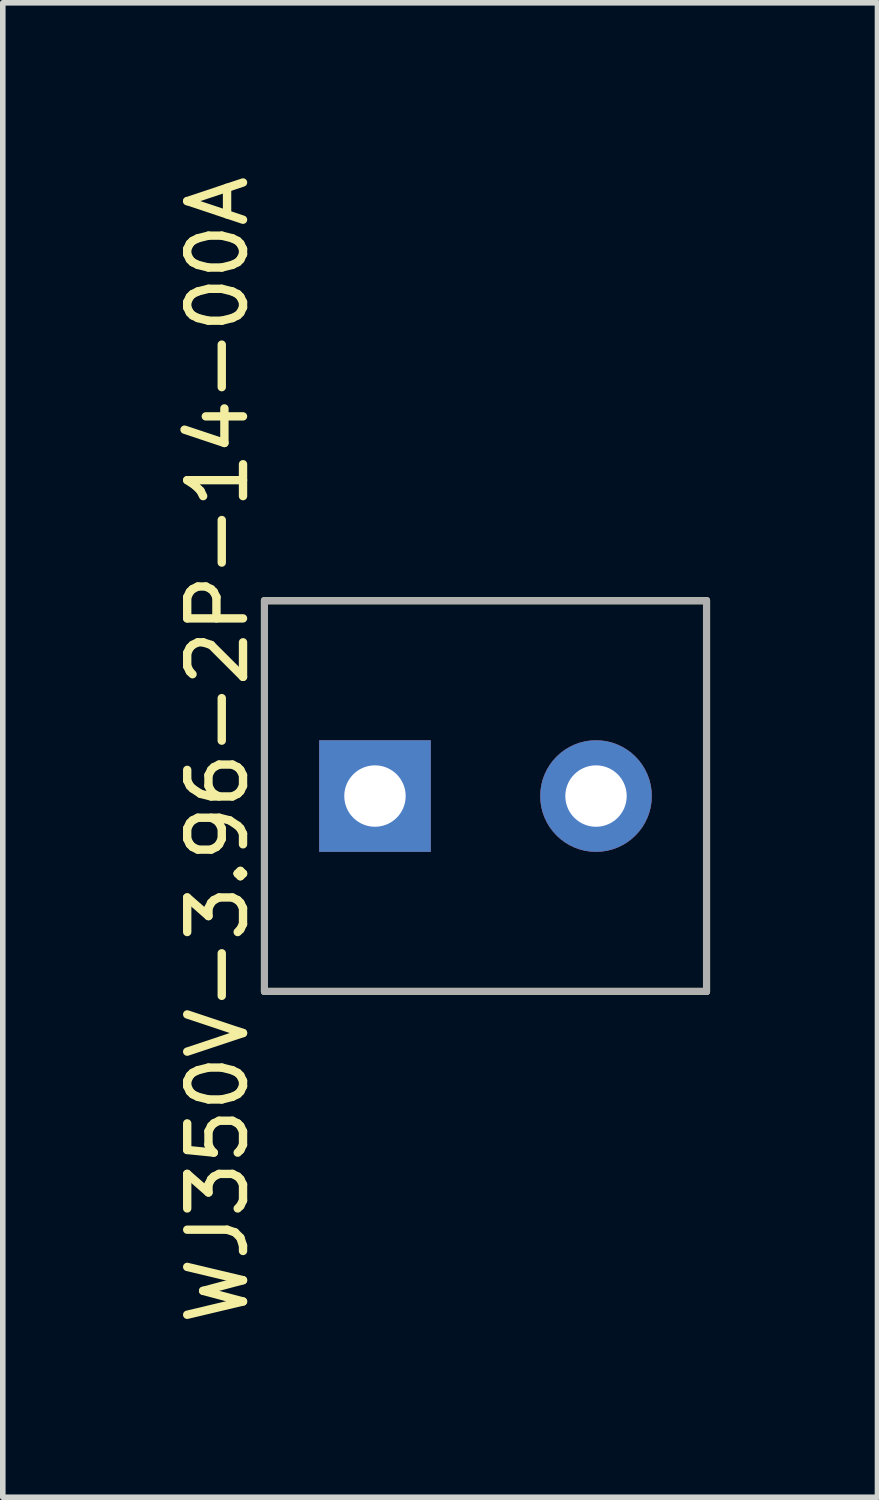
<source format=kicad_pcb>
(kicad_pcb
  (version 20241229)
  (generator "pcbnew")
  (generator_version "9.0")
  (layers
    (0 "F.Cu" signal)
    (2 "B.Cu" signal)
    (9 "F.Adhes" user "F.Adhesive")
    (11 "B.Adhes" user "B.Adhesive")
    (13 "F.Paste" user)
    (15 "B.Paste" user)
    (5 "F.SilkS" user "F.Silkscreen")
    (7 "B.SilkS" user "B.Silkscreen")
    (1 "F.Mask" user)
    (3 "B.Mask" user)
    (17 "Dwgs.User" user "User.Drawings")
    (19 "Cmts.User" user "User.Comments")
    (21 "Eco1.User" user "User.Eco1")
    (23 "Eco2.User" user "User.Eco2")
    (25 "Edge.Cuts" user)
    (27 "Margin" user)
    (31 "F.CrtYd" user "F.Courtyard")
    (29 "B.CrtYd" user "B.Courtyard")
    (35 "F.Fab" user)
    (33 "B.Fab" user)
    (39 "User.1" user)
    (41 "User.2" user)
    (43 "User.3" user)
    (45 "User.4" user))
  (footprint "WJ350V-3.96-2P-14-00A"
    (layer "F.Cu")
    (at 3.668 11.212)
    (property "Reference" "WJ350V-3.96-2P-14-00A" (at -2.819 -0.826 90) (layer "F.SilkS") (effects (font (size 1 1) (thickness 0.15))))
    (attr through_hole)
    (fp_line (start -1.98 -3.5) (end 5.94 -3.5) (stroke (width 0.127) (type solid)) (layer "F.SilkS"))
    (fp_line (start -1.98 3.5) (end -1.98 -3.5) (stroke (width 0.127) (type solid)) (layer "F.SilkS"))
    (fp_line (start 5.94 -3.5) (end 5.94 3.5) (stroke (width 0.127) (type solid)) (layer "F.SilkS"))
    (fp_line (start 5.94 3.5) (end -1.98 3.5) (stroke (width 0.127) (type solid)) (layer "F.SilkS"))
    (fp_line (start -1.98 -3.5) (end 5.94 -3.5) (stroke (width 0.127) (type solid)) (layer "F.Fab"))
    (fp_line (start -1.98 3.5) (end -1.98 -3.5) (stroke (width 0.127) (type solid)) (layer "F.Fab"))
    (fp_line (start 5.94 -3.5) (end 5.94 3.5) (stroke (width 0.127) (type solid)) (layer "F.Fab"))
    (fp_line (start 5.94 3.5) (end -1.98 3.5) (stroke (width 0.127) (type solid)) (layer "F.Fab"))
    (pad "1" thru_hole rect (at 0 0) (size 2 2) (drill 1.1) (layers "*.Cu" "*.Mask"))
    (pad "2" thru_hole circle (at 3.96 0) (size 2 2) (drill 1.1) (layers "*.Cu" "*.Mask")))
  (gr_rect
    (start -3 -3)
    (end 12.671 23.774)
    (stroke (width 0.1) (type default))
    (fill no)
    (layer "Edge.Cuts")))
</source>
